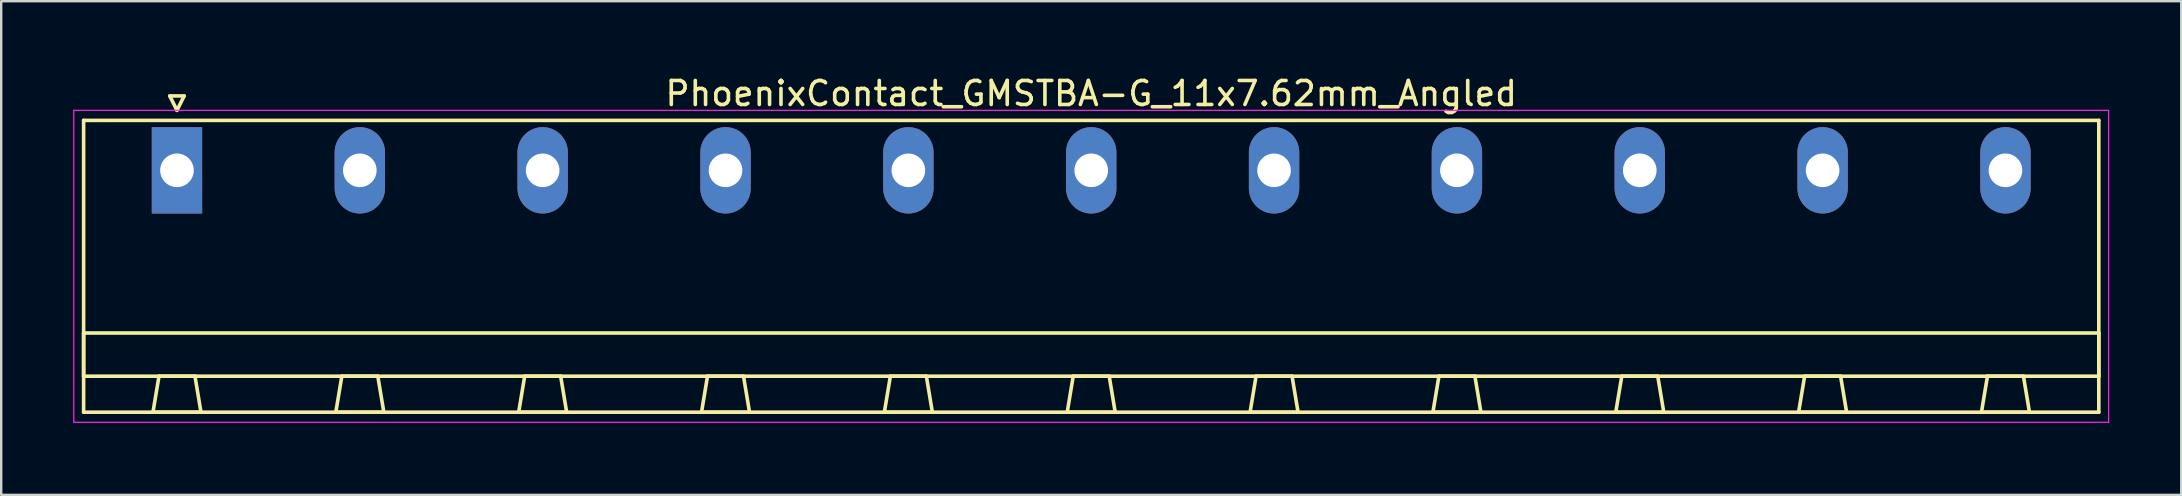
<source format=kicad_pcb>
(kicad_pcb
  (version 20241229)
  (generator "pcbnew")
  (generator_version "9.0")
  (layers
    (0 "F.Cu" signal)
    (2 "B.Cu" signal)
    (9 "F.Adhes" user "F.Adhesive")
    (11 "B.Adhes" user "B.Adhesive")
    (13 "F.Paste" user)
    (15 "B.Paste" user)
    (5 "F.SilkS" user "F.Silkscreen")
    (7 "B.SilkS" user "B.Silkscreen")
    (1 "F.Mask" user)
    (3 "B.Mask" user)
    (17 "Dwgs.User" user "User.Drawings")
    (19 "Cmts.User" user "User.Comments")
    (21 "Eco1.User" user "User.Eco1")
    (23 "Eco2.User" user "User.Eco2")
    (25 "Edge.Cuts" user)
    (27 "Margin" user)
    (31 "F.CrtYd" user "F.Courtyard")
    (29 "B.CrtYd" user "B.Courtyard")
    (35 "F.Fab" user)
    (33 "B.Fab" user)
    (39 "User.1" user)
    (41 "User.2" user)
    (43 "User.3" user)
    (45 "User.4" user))
  (footprint "PhoenixContact_GMSTBA-G_11x7.62mm_Angled"
    (layer "F.Cu")
    (at 4.325 4.048)
    (property "Reference" "PhoenixContact_GMSTBA-G_11x7.62mm_Angled" (at 38.1 -3.2 0) (layer "F.SilkS") (effects (font (size 1 1) (thickness 0.15))))
    (attr through_hole)
    (fp_line (start -3.89 -2.08) (end -3.89 10.08) (stroke (width 0.15) (type solid)) (layer "F.SilkS"))
    (fp_line (start -3.89 6.78) (end 80.09 6.78) (stroke (width 0.15) (type solid)) (layer "F.SilkS"))
    (fp_line (start -3.89 8.58) (end -3.89 6.78) (stroke (width 0.15) (type solid)) (layer "F.SilkS"))
    (fp_line (start -3.89 10.08) (end 80.09 10.08) (stroke (width 0.15) (type solid)) (layer "F.SilkS"))
    (fp_line (start -1 10.08) (end 1 10.08) (stroke (width 0.15) (type solid)) (layer "F.SilkS"))
    (fp_line (start -0.75 8.58) (end -1 10.08) (stroke (width 0.15) (type solid)) (layer "F.SilkS"))
    (fp_line (start -0.3 -3.1) (end 0 -2.5) (stroke (width 0.15) (type solid)) (layer "F.SilkS"))
    (fp_line (start 0 -2.5) (end 0.3 -3.1) (stroke (width 0.15) (type solid)) (layer "F.SilkS"))
    (fp_line (start 0.3 -3.1) (end -0.3 -3.1) (stroke (width 0.15) (type solid)) (layer "F.SilkS"))
    (fp_line (start 0.75 8.58) (end -0.75 8.58) (stroke (width 0.15) (type solid)) (layer "F.SilkS"))
    (fp_line (start 1 10.08) (end 0.75 8.58) (stroke (width 0.15) (type solid)) (layer "F.SilkS"))
    (fp_line (start 6.62 10.08) (end 8.62 10.08) (stroke (width 0.15) (type solid)) (layer "F.SilkS"))
    (fp_line (start 6.87 8.58) (end 6.62 10.08) (stroke (width 0.15) (type solid)) (layer "F.SilkS"))
    (fp_line (start 8.37 8.58) (end 6.87 8.58) (stroke (width 0.15) (type solid)) (layer "F.SilkS"))
    (fp_line (start 8.62 10.08) (end 8.37 8.58) (stroke (width 0.15) (type solid)) (layer "F.SilkS"))
    (fp_line (start 14.24 10.08) (end 16.24 10.08) (stroke (width 0.15) (type solid)) (layer "F.SilkS"))
    (fp_line (start 14.49 8.58) (end 14.24 10.08) (stroke (width 0.15) (type solid)) (layer "F.SilkS"))
    (fp_line (start 15.99 8.58) (end 14.49 8.58) (stroke (width 0.15) (type solid)) (layer "F.SilkS"))
    (fp_line (start 16.24 10.08) (end 15.99 8.58) (stroke (width 0.15) (type solid)) (layer "F.SilkS"))
    (fp_line (start 21.86 10.08) (end 23.86 10.08) (stroke (width 0.15) (type solid)) (layer "F.SilkS"))
    (fp_line (start 22.11 8.58) (end 21.86 10.08) (stroke (width 0.15) (type solid)) (layer "F.SilkS"))
    (fp_line (start 23.61 8.58) (end 22.11 8.58) (stroke (width 0.15) (type solid)) (layer "F.SilkS"))
    (fp_line (start 23.86 10.08) (end 23.61 8.58) (stroke (width 0.15) (type solid)) (layer "F.SilkS"))
    (fp_line (start 29.48 10.08) (end 31.48 10.08) (stroke (width 0.15) (type solid)) (layer "F.SilkS"))
    (fp_line (start 29.73 8.58) (end 29.48 10.08) (stroke (width 0.15) (type solid)) (layer "F.SilkS"))
    (fp_line (start 31.23 8.58) (end 29.73 8.58) (stroke (width 0.15) (type solid)) (layer "F.SilkS"))
    (fp_line (start 31.48 10.08) (end 31.23 8.58) (stroke (width 0.15) (type solid)) (layer "F.SilkS"))
    (fp_line (start 37.1 10.08) (end 39.1 10.08) (stroke (width 0.15) (type solid)) (layer "F.SilkS"))
    (fp_line (start 37.35 8.58) (end 37.1 10.08) (stroke (width 0.15) (type solid)) (layer "F.SilkS"))
    (fp_line (start 38.85 8.58) (end 37.35 8.58) (stroke (width 0.15) (type solid)) (layer "F.SilkS"))
    (fp_line (start 39.1 10.08) (end 38.85 8.58) (stroke (width 0.15) (type solid)) (layer "F.SilkS"))
    (fp_line (start 44.72 10.08) (end 46.72 10.08) (stroke (width 0.15) (type solid)) (layer "F.SilkS"))
    (fp_line (start 44.97 8.58) (end 44.72 10.08) (stroke (width 0.15) (type solid)) (layer "F.SilkS"))
    (fp_line (start 46.47 8.58) (end 44.97 8.58) (stroke (width 0.15) (type solid)) (layer "F.SilkS"))
    (fp_line (start 46.72 10.08) (end 46.47 8.58) (stroke (width 0.15) (type solid)) (layer "F.SilkS"))
    (fp_line (start 52.34 10.08) (end 54.34 10.08) (stroke (width 0.15) (type solid)) (layer "F.SilkS"))
    (fp_line (start 52.59 8.58) (end 52.34 10.08) (stroke (width 0.15) (type solid)) (layer "F.SilkS"))
    (fp_line (start 54.09 8.58) (end 52.59 8.58) (stroke (width 0.15) (type solid)) (layer "F.SilkS"))
    (fp_line (start 54.34 10.08) (end 54.09 8.58) (stroke (width 0.15) (type solid)) (layer "F.SilkS"))
    (fp_line (start 59.96 10.08) (end 61.96 10.08) (stroke (width 0.15) (type solid)) (layer "F.SilkS"))
    (fp_line (start 60.21 8.58) (end 59.96 10.08) (stroke (width 0.15) (type solid)) (layer "F.SilkS"))
    (fp_line (start 61.71 8.58) (end 60.21 8.58) (stroke (width 0.15) (type solid)) (layer "F.SilkS"))
    (fp_line (start 61.96 10.08) (end 61.71 8.58) (stroke (width 0.15) (type solid)) (layer "F.SilkS"))
    (fp_line (start 67.58 10.08) (end 69.58 10.08) (stroke (width 0.15) (type solid)) (layer "F.SilkS"))
    (fp_line (start 67.83 8.58) (end 67.58 10.08) (stroke (width 0.15) (type solid)) (layer "F.SilkS"))
    (fp_line (start 69.33 8.58) (end 67.83 8.58) (stroke (width 0.15) (type solid)) (layer "F.SilkS"))
    (fp_line (start 69.58 10.08) (end 69.33 8.58) (stroke (width 0.15) (type solid)) (layer "F.SilkS"))
    (fp_line (start 75.2 10.08) (end 77.2 10.08) (stroke (width 0.15) (type solid)) (layer "F.SilkS"))
    (fp_line (start 75.45 8.58) (end 75.2 10.08) (stroke (width 0.15) (type solid)) (layer "F.SilkS"))
    (fp_line (start 76.95 8.58) (end 75.45 8.58) (stroke (width 0.15) (type solid)) (layer "F.SilkS"))
    (fp_line (start 77.2 10.08) (end 76.95 8.58) (stroke (width 0.15) (type solid)) (layer "F.SilkS"))
    (fp_line (start 80.09 -2.08) (end -3.89 -2.08) (stroke (width 0.15) (type solid)) (layer "F.SilkS"))
    (fp_line (start 80.09 6.78) (end 80.09 8.58) (stroke (width 0.15) (type solid)) (layer "F.SilkS"))
    (fp_line (start 80.09 8.58) (end -3.89 8.58) (stroke (width 0.15) (type solid)) (layer "F.SilkS"))
    (fp_line (start 80.09 10.08) (end 80.09 -2.08) (stroke (width 0.15) (type solid)) (layer "F.SilkS"))
    (fp_line (start -4.3 -2.5) (end -4.3 10.5) (stroke (width 0.05) (type solid)) (layer "F.CrtYd"))
    (fp_line (start -4.3 10.5) (end 80.5 10.5) (stroke (width 0.05) (type solid)) (layer "F.CrtYd"))
    (fp_line (start 80.5 -2.5) (end -4.3 -2.5) (stroke (width 0.05) (type solid)) (layer "F.CrtYd"))
    (fp_line (start 80.5 10.5) (end 80.5 -2.5) (stroke (width 0.05) (type solid)) (layer "F.CrtYd"))
    (pad "1" thru_hole rect (at 0 0) (size 2.1 3.6) (drill 1.4) (layers "*.Cu" "*.Mask"))
    (pad "2" thru_hole oval (at 7.62 0) (size 2.1 3.6) (drill 1.4) (layers "*.Cu" "*.Mask"))
    (pad "3" thru_hole oval (at 15.24 0) (size 2.1 3.6) (drill 1.4) (layers "*.Cu" "*.Mask"))
    (pad "4" thru_hole oval (at 22.86 0) (size 2.1 3.6) (drill 1.4) (layers "*.Cu" "*.Mask"))
    (pad "5" thru_hole oval (at 30.48 0) (size 2.1 3.6) (drill 1.4) (layers "*.Cu" "*.Mask"))
    (pad "6" thru_hole oval (at 38.1 0) (size 2.1 3.6) (drill 1.4) (layers "*.Cu" "*.Mask"))
    (pad "7" thru_hole oval (at 45.72 0) (size 2.1 3.6) (drill 1.4) (layers "*.Cu" "*.Mask"))
    (pad "8" thru_hole oval (at 53.34 0) (size 2.1 3.6) (drill 1.4) (layers "*.Cu" "*.Mask"))
    (pad "9" thru_hole oval (at 60.96 0) (size 2.1 3.6) (drill 1.4) (layers "*.Cu" "*.Mask"))
    (pad "10" thru_hole oval (at 68.58 0) (size 2.1 3.6) (drill 1.4) (layers "*.Cu" "*.Mask"))
    (pad "11" thru_hole oval (at 76.2 0) (size 2.1 3.6) (drill 1.4) (layers "*.Cu" "*.Mask")))
  (gr_rect
    (start -3 -3)
    (end 87.85 17.573)
    (stroke (width 0.1) (type default))
    (fill no)
    (layer "Edge.Cuts")))
</source>
